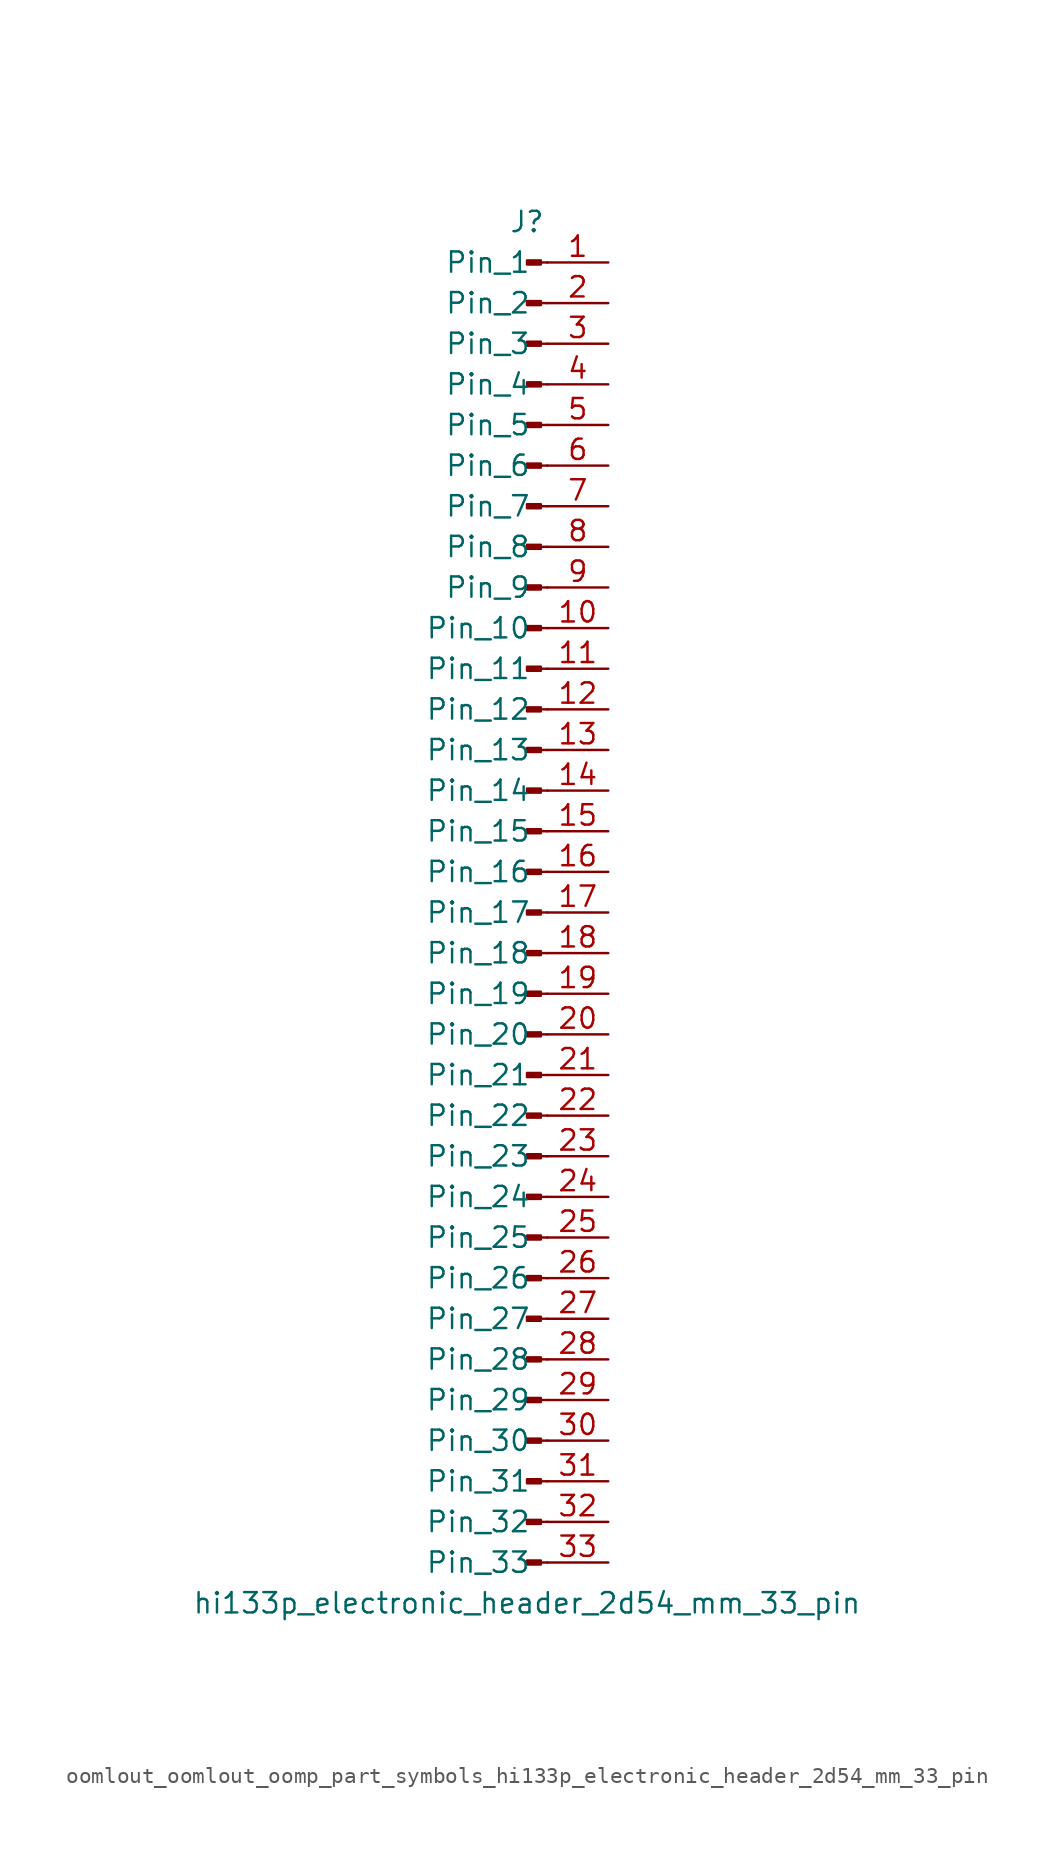
<source format=kicad_sym>
(kicad_symbol_lib
  (version 20220914)
  (generator kicad_symbol_editor)
  (symbol "oomlout_oomlout_oomp_part_symbols_hi133p_electronic_header_2d54_mm_33_pin"
    (pin_names
      (offset 1.016))
    (property "Reference" "J"
      (at 0 43.18 0)
      (effects (font (size 1.27 1.27))))
    (property "Value" "hi133p_electronic_header_2d54_mm_33_pin"
      (at 0 -43.18 0)
      (effects (font (size 1.27 1.27))))
    (property "ki_locked" ""
      (at 0 0 0)
      (effects (font (size 1.27 1.27))))
    (symbol "oomlout_oomlout_oomp_part_symbols_hi133p_electronic_header_2d54_mm_33_pin_1_1"
      (polyline (pts (xy 1.27 -40.64) (xy 0.864 -40.64)) (stroke (width 0.152) (type default)) (fill (type none)))
      (polyline (pts (xy 1.27 -38.1) (xy 0.864 -38.1)) (stroke (width 0.152) (type default)) (fill (type none)))
      (polyline (pts (xy 1.27 -35.56) (xy 0.864 -35.56)) (stroke (width 0.152) (type default)) (fill (type none)))
      (polyline (pts (xy 1.27 -33.02) (xy 0.864 -33.02)) (stroke (width 0.152) (type default)) (fill (type none)))
      (polyline (pts (xy 1.27 -30.48) (xy 0.864 -30.48)) (stroke (width 0.152) (type default)) (fill (type none)))
      (polyline (pts (xy 1.27 -27.94) (xy 0.864 -27.94)) (stroke (width 0.152) (type default)) (fill (type none)))
      (polyline (pts (xy 1.27 -25.4) (xy 0.864 -25.4)) (stroke (width 0.152) (type default)) (fill (type none)))
      (polyline (pts (xy 1.27 -22.86) (xy 0.864 -22.86)) (stroke (width 0.152) (type default)) (fill (type none)))
      (polyline (pts (xy 1.27 -20.32) (xy 0.864 -20.32)) (stroke (width 0.152) (type default)) (fill (type none)))
      (polyline (pts (xy 1.27 -17.78) (xy 0.864 -17.78)) (stroke (width 0.152) (type default)) (fill (type none)))
      (polyline (pts (xy 1.27 -15.24) (xy 0.864 -15.24)) (stroke (width 0.152) (type default)) (fill (type none)))
      (polyline (pts (xy 1.27 -12.7) (xy 0.864 -12.7)) (stroke (width 0.152) (type default)) (fill (type none)))
      (polyline (pts (xy 1.27 -10.16) (xy 0.864 -10.16)) (stroke (width 0.152) (type default)) (fill (type none)))
      (polyline (pts (xy 1.27 -7.62) (xy 0.864 -7.62)) (stroke (width 0.152) (type default)) (fill (type none)))
      (polyline (pts (xy 1.27 -5.08) (xy 0.864 -5.08)) (stroke (width 0.152) (type default)) (fill (type none)))
      (polyline (pts (xy 1.27 -2.54) (xy 0.864 -2.54)) (stroke (width 0.152) (type default)) (fill (type none)))
      (polyline (pts (xy 1.27 0) (xy 0.864 0)) (stroke (width 0.152) (type default)) (fill (type none)))
      (polyline (pts (xy 1.27 2.54) (xy 0.864 2.54)) (stroke (width 0.152) (type default)) (fill (type none)))
      (polyline (pts (xy 1.27 5.08) (xy 0.864 5.08)) (stroke (width 0.152) (type default)) (fill (type none)))
      (polyline (pts (xy 1.27 7.62) (xy 0.864 7.62)) (stroke (width 0.152) (type default)) (fill (type none)))
      (polyline (pts (xy 1.27 10.16) (xy 0.864 10.16)) (stroke (width 0.152) (type default)) (fill (type none)))
      (polyline (pts (xy 1.27 12.7) (xy 0.864 12.7)) (stroke (width 0.152) (type default)) (fill (type none)))
      (polyline (pts (xy 1.27 15.24) (xy 0.864 15.24)) (stroke (width 0.152) (type default)) (fill (type none)))
      (polyline (pts (xy 1.27 17.78) (xy 0.864 17.78)) (stroke (width 0.152) (type default)) (fill (type none)))
      (polyline (pts (xy 1.27 20.32) (xy 0.864 20.32)) (stroke (width 0.152) (type default)) (fill (type none)))
      (polyline (pts (xy 1.27 22.86) (xy 0.864 22.86)) (stroke (width 0.152) (type default)) (fill (type none)))
      (polyline (pts (xy 1.27 25.4) (xy 0.864 25.4)) (stroke (width 0.152) (type default)) (fill (type none)))
      (polyline (pts (xy 1.27 27.94) (xy 0.864 27.94)) (stroke (width 0.152) (type default)) (fill (type none)))
      (polyline (pts (xy 1.27 30.48) (xy 0.864 30.48)) (stroke (width 0.152) (type default)) (fill (type none)))
      (polyline (pts (xy 1.27 33.02) (xy 0.864 33.02)) (stroke (width 0.152) (type default)) (fill (type none)))
      (polyline (pts (xy 1.27 35.56) (xy 0.864 35.56)) (stroke (width 0.152) (type default)) (fill (type none)))
      (polyline (pts (xy 1.27 38.1) (xy 0.864 38.1)) (stroke (width 0.152) (type default)) (fill (type none)))
      (polyline (pts (xy 1.27 40.64) (xy 0.864 40.64)) (stroke (width 0.152) (type default)) (fill (type none)))
      (rectangle (start 0.864 -40.513) (end 0 -40.767) (stroke (width 0.152) (type default)) (fill (type outline)))
      (rectangle (start 0.864 -37.973) (end 0 -38.227) (stroke (width 0.152) (type default)) (fill (type outline)))
      (rectangle (start 0.864 -35.433) (end 0 -35.687) (stroke (width 0.152) (type default)) (fill (type outline)))
      (rectangle (start 0.864 -32.893) (end 0 -33.147) (stroke (width 0.152) (type default)) (fill (type outline)))
      (rectangle (start 0.864 -30.353) (end 0 -30.607) (stroke (width 0.152) (type default)) (fill (type outline)))
      (rectangle (start 0.864 -27.813) (end 0 -28.067) (stroke (width 0.152) (type default)) (fill (type outline)))
      (rectangle (start 0.864 -25.273) (end 0 -25.527) (stroke (width 0.152) (type default)) (fill (type outline)))
      (rectangle (start 0.864 -22.733) (end 0 -22.987) (stroke (width 0.152) (type default)) (fill (type outline)))
      (rectangle (start 0.864 -20.193) (end 0 -20.447) (stroke (width 0.152) (type default)) (fill (type outline)))
      (rectangle (start 0.864 -17.653) (end 0 -17.907) (stroke (width 0.152) (type default)) (fill (type outline)))
      (rectangle (start 0.864 -15.113) (end 0 -15.367) (stroke (width 0.152) (type default)) (fill (type outline)))
      (rectangle (start 0.864 -12.573) (end 0 -12.827) (stroke (width 0.152) (type default)) (fill (type outline)))
      (rectangle (start 0.864 -10.033) (end 0 -10.287) (stroke (width 0.152) (type default)) (fill (type outline)))
      (rectangle (start 0.864 -7.493) (end 0 -7.747) (stroke (width 0.152) (type default)) (fill (type outline)))
      (rectangle (start 0.864 -4.953) (end 0 -5.207) (stroke (width 0.152) (type default)) (fill (type outline)))
      (rectangle (start 0.864 -2.413) (end 0 -2.667) (stroke (width 0.152) (type default)) (fill (type outline)))
      (rectangle (start 0.864 0.127) (end 0 -0.127) (stroke (width 0.152) (type default)) (fill (type outline)))
      (rectangle (start 0.864 2.667) (end 0 2.413) (stroke (width 0.152) (type default)) (fill (type outline)))
      (rectangle (start 0.864 5.207) (end 0 4.953) (stroke (width 0.152) (type default)) (fill (type outline)))
      (rectangle (start 0.864 7.747) (end 0 7.493) (stroke (width 0.152) (type default)) (fill (type outline)))
      (rectangle (start 0.864 10.287) (end 0 10.033) (stroke (width 0.152) (type default)) (fill (type outline)))
      (rectangle (start 0.864 12.827) (end 0 12.573) (stroke (width 0.152) (type default)) (fill (type outline)))
      (rectangle (start 0.864 15.367) (end 0 15.113) (stroke (width 0.152) (type default)) (fill (type outline)))
      (rectangle (start 0.864 17.907) (end 0 17.653) (stroke (width 0.152) (type default)) (fill (type outline)))
      (rectangle (start 0.864 20.447) (end 0 20.193) (stroke (width 0.152) (type default)) (fill (type outline)))
      (rectangle (start 0.864 22.987) (end 0 22.733) (stroke (width 0.152) (type default)) (fill (type outline)))
      (rectangle (start 0.864 25.527) (end 0 25.273) (stroke (width 0.152) (type default)) (fill (type outline)))
      (rectangle (start 0.864 28.067) (end 0 27.813) (stroke (width 0.152) (type default)) (fill (type outline)))
      (rectangle (start 0.864 30.607) (end 0 30.353) (stroke (width 0.152) (type default)) (fill (type outline)))
      (rectangle (start 0.864 33.147) (end 0 32.893) (stroke (width 0.152) (type default)) (fill (type outline)))
      (rectangle (start 0.864 35.687) (end 0 35.433) (stroke (width 0.152) (type default)) (fill (type outline)))
      (rectangle (start 0.864 38.227) (end 0 37.973) (stroke (width 0.152) (type default)) (fill (type outline)))
      (rectangle (start 0.864 40.767) (end 0 40.513) (stroke (width 0.152) (type default)) (fill (type outline)))
      (pin passive line (at 5.08 40.64 180) (length 3.81) (name "Pin_1" (effects (font (size 1.27 1.27)))) (number "1" (effects (font (size 1.27 1.27)))))
      (pin passive line (at 5.08 17.78 180) (length 3.81) (name "Pin_10" (effects (font (size 1.27 1.27)))) (number "10" (effects (font (size 1.27 1.27)))))
      (pin passive line (at 5.08 15.24 180) (length 3.81) (name "Pin_11" (effects (font (size 1.27 1.27)))) (number "11" (effects (font (size 1.27 1.27)))))
      (pin passive line (at 5.08 12.7 180) (length 3.81) (name "Pin_12" (effects (font (size 1.27 1.27)))) (number "12" (effects (font (size 1.27 1.27)))))
      (pin passive line (at 5.08 10.16 180) (length 3.81) (name "Pin_13" (effects (font (size 1.27 1.27)))) (number "13" (effects (font (size 1.27 1.27)))))
      (pin passive line (at 5.08 7.62 180) (length 3.81) (name "Pin_14" (effects (font (size 1.27 1.27)))) (number "14" (effects (font (size 1.27 1.27)))))
      (pin passive line (at 5.08 5.08 180) (length 3.81) (name "Pin_15" (effects (font (size 1.27 1.27)))) (number "15" (effects (font (size 1.27 1.27)))))
      (pin passive line (at 5.08 2.54 180) (length 3.81) (name "Pin_16" (effects (font (size 1.27 1.27)))) (number "16" (effects (font (size 1.27 1.27)))))
      (pin passive line (at 5.08 0 180) (length 3.81) (name "Pin_17" (effects (font (size 1.27 1.27)))) (number "17" (effects (font (size 1.27 1.27)))))
      (pin passive line (at 5.08 -2.54 180) (length 3.81) (name "Pin_18" (effects (font (size 1.27 1.27)))) (number "18" (effects (font (size 1.27 1.27)))))
      (pin passive line (at 5.08 -5.08 180) (length 3.81) (name "Pin_19" (effects (font (size 1.27 1.27)))) (number "19" (effects (font (size 1.27 1.27)))))
      (pin passive line (at 5.08 38.1 180) (length 3.81) (name "Pin_2" (effects (font (size 1.27 1.27)))) (number "2" (effects (font (size 1.27 1.27)))))
      (pin passive line (at 5.08 -7.62 180) (length 3.81) (name "Pin_20" (effects (font (size 1.27 1.27)))) (number "20" (effects (font (size 1.27 1.27)))))
      (pin passive line (at 5.08 -10.16 180) (length 3.81) (name "Pin_21" (effects (font (size 1.27 1.27)))) (number "21" (effects (font (size 1.27 1.27)))))
      (pin passive line (at 5.08 -12.7 180) (length 3.81) (name "Pin_22" (effects (font (size 1.27 1.27)))) (number "22" (effects (font (size 1.27 1.27)))))
      (pin passive line (at 5.08 -15.24 180) (length 3.81) (name "Pin_23" (effects (font (size 1.27 1.27)))) (number "23" (effects (font (size 1.27 1.27)))))
      (pin passive line (at 5.08 -17.78 180) (length 3.81) (name "Pin_24" (effects (font (size 1.27 1.27)))) (number "24" (effects (font (size 1.27 1.27)))))
      (pin passive line (at 5.08 -20.32 180) (length 3.81) (name "Pin_25" (effects (font (size 1.27 1.27)))) (number "25" (effects (font (size 1.27 1.27)))))
      (pin passive line (at 5.08 -22.86 180) (length 3.81) (name "Pin_26" (effects (font (size 1.27 1.27)))) (number "26" (effects (font (size 1.27 1.27)))))
      (pin passive line (at 5.08 -25.4 180) (length 3.81) (name "Pin_27" (effects (font (size 1.27 1.27)))) (number "27" (effects (font (size 1.27 1.27)))))
      (pin passive line (at 5.08 -27.94 180) (length 3.81) (name "Pin_28" (effects (font (size 1.27 1.27)))) (number "28" (effects (font (size 1.27 1.27)))))
      (pin passive line (at 5.08 -30.48 180) (length 3.81) (name "Pin_29" (effects (font (size 1.27 1.27)))) (number "29" (effects (font (size 1.27 1.27)))))
      (pin passive line (at 5.08 35.56 180) (length 3.81) (name "Pin_3" (effects (font (size 1.27 1.27)))) (number "3" (effects (font (size 1.27 1.27)))))
      (pin passive line (at 5.08 -33.02 180) (length 3.81) (name "Pin_30" (effects (font (size 1.27 1.27)))) (number "30" (effects (font (size 1.27 1.27)))))
      (pin passive line (at 5.08 -35.56 180) (length 3.81) (name "Pin_31" (effects (font (size 1.27 1.27)))) (number "31" (effects (font (size 1.27 1.27)))))
      (pin passive line (at 5.08 -38.1 180) (length 3.81) (name "Pin_32" (effects (font (size 1.27 1.27)))) (number "32" (effects (font (size 1.27 1.27)))))
      (pin passive line (at 5.08 -40.64 180) (length 3.81) (name "Pin_33" (effects (font (size 1.27 1.27)))) (number "33" (effects (font (size 1.27 1.27)))))
      (pin passive line (at 5.08 33.02 180) (length 3.81) (name "Pin_4" (effects (font (size 1.27 1.27)))) (number "4" (effects (font (size 1.27 1.27)))))
      (pin passive line (at 5.08 30.48 180) (length 3.81) (name "Pin_5" (effects (font (size 1.27 1.27)))) (number "5" (effects (font (size 1.27 1.27)))))
      (pin passive line (at 5.08 27.94 180) (length 3.81) (name "Pin_6" (effects (font (size 1.27 1.27)))) (number "6" (effects (font (size 1.27 1.27)))))
      (pin passive line (at 5.08 25.4 180) (length 3.81) (name "Pin_7" (effects (font (size 1.27 1.27)))) (number "7" (effects (font (size 1.27 1.27)))))
      (pin passive line (at 5.08 22.86 180) (length 3.81) (name "Pin_8" (effects (font (size 1.27 1.27)))) (number "8" (effects (font (size 1.27 1.27)))))
      (pin passive line (at 5.08 20.32 180) (length 3.81) (name "Pin_9" (effects (font (size 1.27 1.27)))) (number "9" (effects (font (size 1.27 1.27))))))))
</source>
